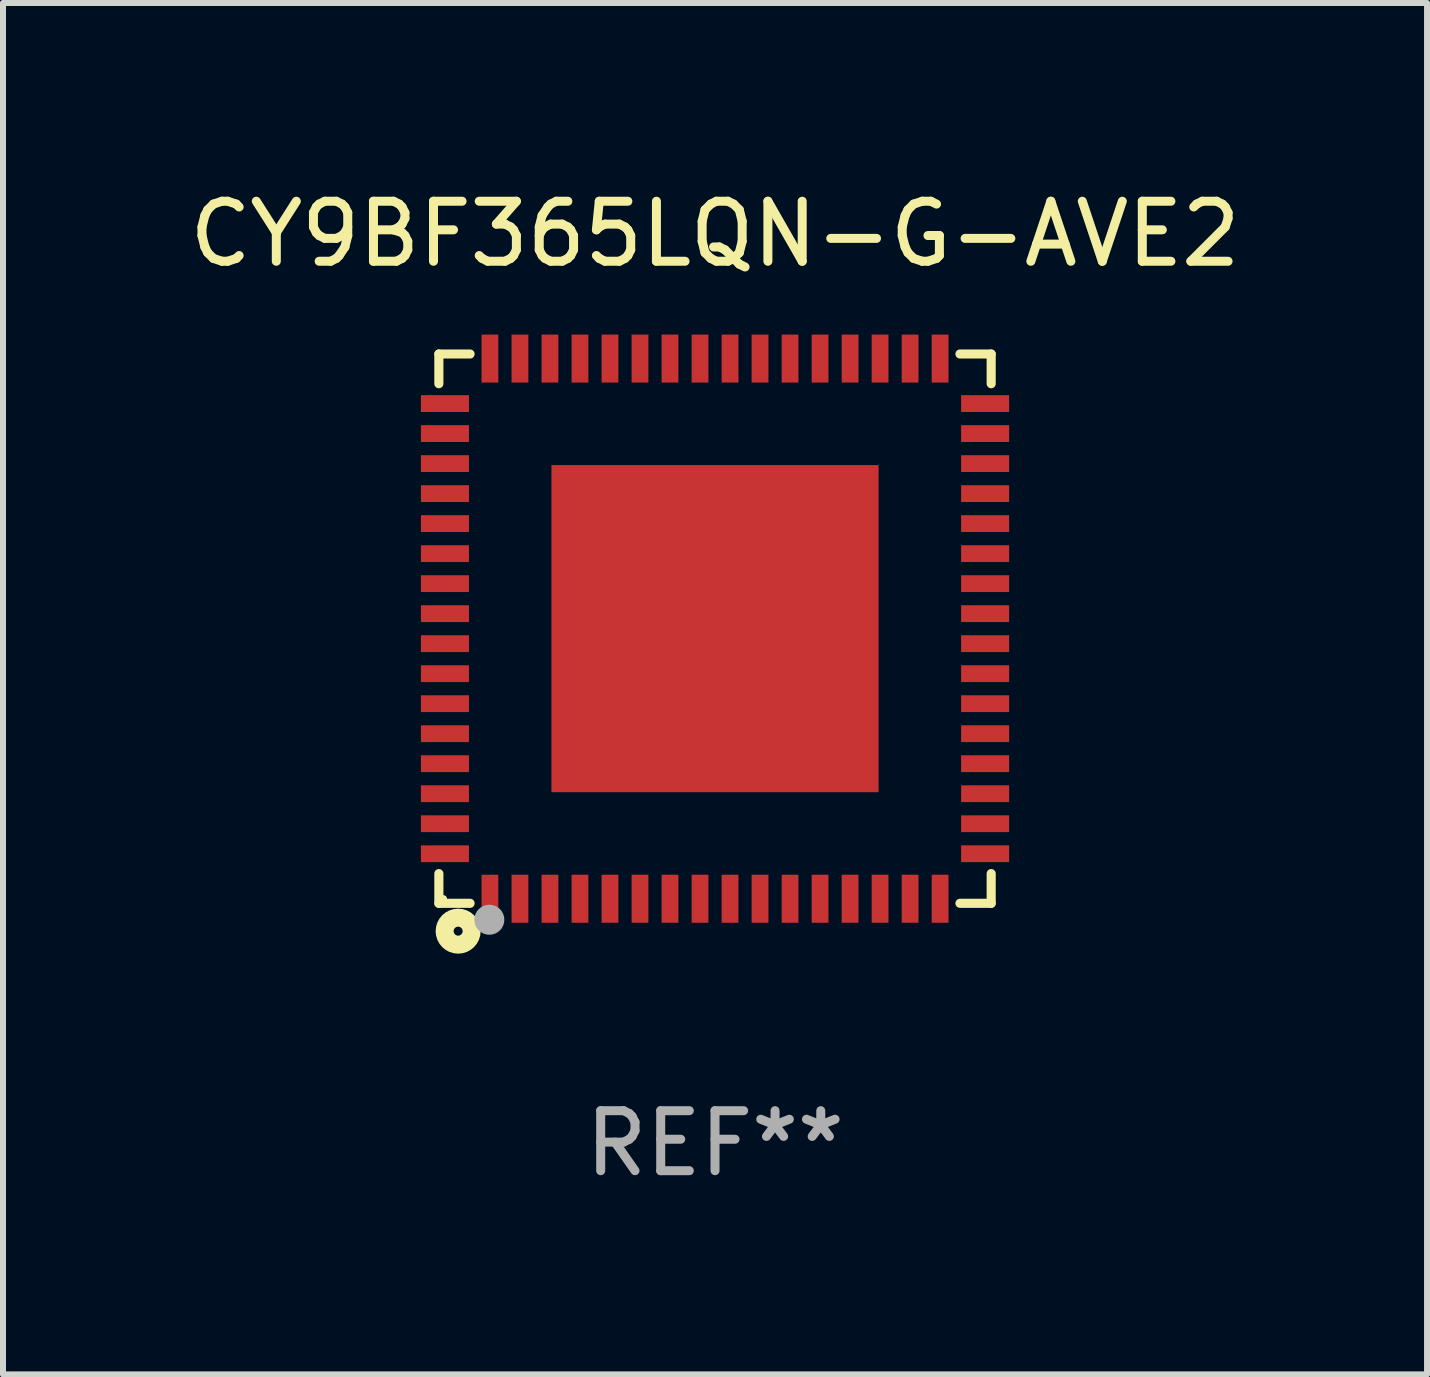
<source format=kicad_pcb>
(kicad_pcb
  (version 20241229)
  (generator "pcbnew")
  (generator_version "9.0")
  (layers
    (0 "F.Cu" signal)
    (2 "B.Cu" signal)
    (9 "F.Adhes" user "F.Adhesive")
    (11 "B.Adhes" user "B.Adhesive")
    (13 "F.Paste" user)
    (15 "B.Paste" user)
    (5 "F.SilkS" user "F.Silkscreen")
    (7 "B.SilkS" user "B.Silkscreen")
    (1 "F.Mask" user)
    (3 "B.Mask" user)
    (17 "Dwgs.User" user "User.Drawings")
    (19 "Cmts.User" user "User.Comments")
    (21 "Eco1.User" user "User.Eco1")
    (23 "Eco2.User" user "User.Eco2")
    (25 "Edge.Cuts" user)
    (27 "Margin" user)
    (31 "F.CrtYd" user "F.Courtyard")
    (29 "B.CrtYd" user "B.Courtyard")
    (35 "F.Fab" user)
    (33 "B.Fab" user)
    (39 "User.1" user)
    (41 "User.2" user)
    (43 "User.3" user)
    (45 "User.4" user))
  (footprint "CY9BF365LQN-G-AVE2"
    (layer "F.Cu")
    (at 8.863 7.424)
    (property "Reference" "CY9BF365LQN-G-AVE2" (at 0 -6.576 0) (layer "F.SilkS") (effects (font (size 1 1) (thickness 0.15))))
    (attr through_hole)
    (fp_line (start -4.601 -4.576) (end -4.081 -4.576) (stroke (width 0.152) (type solid)) (layer "F.SilkS"))
    (fp_line (start -4.601 -4.081) (end -4.601 -4.576) (stroke (width 0.152) (type solid)) (layer "F.SilkS"))
    (fp_line (start -4.601 4.081) (end -4.601 4.576) (stroke (width 0.152) (type solid)) (layer "F.SilkS"))
    (fp_line (start -4.601 4.576) (end -4.081 4.576) (stroke (width 0.152) (type solid)) (layer "F.SilkS"))
    (fp_line (start 4.601 -4.576) (end 4.081 -4.576) (stroke (width 0.152) (type solid)) (layer "F.SilkS"))
    (fp_line (start 4.601 -4.081) (end 4.601 -4.576) (stroke (width 0.152) (type solid)) (layer "F.SilkS"))
    (fp_line (start 4.601 4.081) (end 4.601 4.576) (stroke (width 0.152) (type solid)) (layer "F.SilkS"))
    (fp_line (start 4.601 4.576) (end 4.081 4.576) (stroke (width 0.152) (type solid)) (layer "F.SilkS"))
    (fp_circle (center -4.525 4.5) (end -4.495 4.5) (stroke (width 0.06) (type solid)) (fill no) (layer "F.SilkS"))
    (fp_circle (center -4.28 5.04) (end -4.205 5.04) (stroke (width 0.3) (type solid)) (fill no) (layer "F.SilkS"))
    (fp_circle (center -3.76 4.85) (end -3.635 4.85) (stroke (width 0.25) (type solid)) (fill no) (layer "F.Fab"))
    (fp_text user "REF**" (at 0 8.576 0) (layer "F.Fab") (effects (font (size 1 1) (thickness 0.15))))
    (pad "1" smd rect (at -3.75 4.5) (size 0.28 0.8) (layers "F.Cu" "F.Mask" "F.Paste"))
    (pad "2" smd rect (at -3.25 4.5) (size 0.28 0.8) (layers "F.Cu" "F.Mask" "F.Paste"))
    (pad "3" smd rect (at -2.75 4.5) (size 0.28 0.8) (layers "F.Cu" "F.Mask" "F.Paste"))
    (pad "4" smd rect (at -2.25 4.5) (size 0.28 0.8) (layers "F.Cu" "F.Mask" "F.Paste"))
    (pad "5" smd rect (at -1.75 4.5) (size 0.28 0.8) (layers "F.Cu" "F.Mask" "F.Paste"))
    (pad "6" smd rect (at -1.25 4.5) (size 0.28 0.8) (layers "F.Cu" "F.Mask" "F.Paste"))
    (pad "7" smd rect (at -0.75 4.5) (size 0.28 0.8) (layers "F.Cu" "F.Mask" "F.Paste"))
    (pad "8" smd rect (at -0.25 4.5) (size 0.28 0.8) (layers "F.Cu" "F.Mask" "F.Paste"))
    (pad "9" smd rect (at 0.25 4.5) (size 0.28 0.8) (layers "F.Cu" "F.Mask" "F.Paste"))
    (pad "10" smd rect (at 0.75 4.5) (size 0.28 0.8) (layers "F.Cu" "F.Mask" "F.Paste"))
    (pad "11" smd rect (at 1.25 4.5) (size 0.28 0.8) (layers "F.Cu" "F.Mask" "F.Paste"))
    (pad "12" smd rect (at 1.75 4.5) (size 0.28 0.8) (layers "F.Cu" "F.Mask" "F.Paste"))
    (pad "13" smd rect (at 2.25 4.5) (size 0.28 0.8) (layers "F.Cu" "F.Mask" "F.Paste"))
    (pad "14" smd rect (at 2.75 4.5) (size 0.28 0.8) (layers "F.Cu" "F.Mask" "F.Paste"))
    (pad "15" smd rect (at 3.25 4.5) (size 0.28 0.8) (layers "F.Cu" "F.Mask" "F.Paste"))
    (pad "16" smd rect (at 3.75 4.5) (size 0.28 0.8) (layers "F.Cu" "F.Mask" "F.Paste"))
    (pad "17" smd rect (at 4.5 3.75) (size 0.8 0.28) (layers "F.Cu" "F.Mask" "F.Paste"))
    (pad "18" smd rect (at 4.5 3.25) (size 0.8 0.28) (layers "F.Cu" "F.Mask" "F.Paste"))
    (pad "19" smd rect (at 4.5 2.75) (size 0.8 0.28) (layers "F.Cu" "F.Mask" "F.Paste"))
    (pad "20" smd rect (at 4.5 2.25) (size 0.8 0.28) (layers "F.Cu" "F.Mask" "F.Paste"))
    (pad "21" smd rect (at 4.5 1.75) (size 0.8 0.28) (layers "F.Cu" "F.Mask" "F.Paste"))
    (pad "22" smd rect (at 4.5 1.25) (size 0.8 0.28) (layers "F.Cu" "F.Mask" "F.Paste"))
    (pad "23" smd rect (at 4.5 0.75) (size 0.8 0.28) (layers "F.Cu" "F.Mask" "F.Paste"))
    (pad "24" smd rect (at 4.5 0.25) (size 0.8 0.28) (layers "F.Cu" "F.Mask" "F.Paste"))
    (pad "25" smd rect (at 4.5 -0.25) (size 0.8 0.28) (layers "F.Cu" "F.Mask" "F.Paste"))
    (pad "26" smd rect (at 4.5 -0.75) (size 0.8 0.28) (layers "F.Cu" "F.Mask" "F.Paste"))
    (pad "27" smd rect (at 4.5 -1.25) (size 0.8 0.28) (layers "F.Cu" "F.Mask" "F.Paste"))
    (pad "28" smd rect (at 4.5 -1.75) (size 0.8 0.28) (layers "F.Cu" "F.Mask" "F.Paste"))
    (pad "29" smd rect (at 4.5 -2.25) (size 0.8 0.28) (layers "F.Cu" "F.Mask" "F.Paste"))
    (pad "30" smd rect (at 4.5 -2.75) (size 0.8 0.28) (layers "F.Cu" "F.Mask" "F.Paste"))
    (pad "31" smd rect (at 4.5 -3.25) (size 0.8 0.28) (layers "F.Cu" "F.Mask" "F.Paste"))
    (pad "32" smd rect (at 4.5 -3.75) (size 0.8 0.28) (layers "F.Cu" "F.Mask" "F.Paste"))
    (pad "33" smd rect (at 3.75 -4.5) (size 0.28 0.8) (layers "F.Cu" "F.Mask" "F.Paste"))
    (pad "34" smd rect (at 3.25 -4.5) (size 0.28 0.8) (layers "F.Cu" "F.Mask" "F.Paste"))
    (pad "35" smd rect (at 2.75 -4.5) (size 0.28 0.8) (layers "F.Cu" "F.Mask" "F.Paste"))
    (pad "36" smd rect (at 2.25 -4.5) (size 0.28 0.8) (layers "F.Cu" "F.Mask" "F.Paste"))
    (pad "37" smd rect (at 1.75 -4.5) (size 0.28 0.8) (layers "F.Cu" "F.Mask" "F.Paste"))
    (pad "38" smd rect (at 1.25 -4.5) (size 0.28 0.8) (layers "F.Cu" "F.Mask" "F.Paste"))
    (pad "39" smd rect (at 0.75 -4.5) (size 0.28 0.8) (layers "F.Cu" "F.Mask" "F.Paste"))
    (pad "40" smd rect (at 0.25 -4.5) (size 0.28 0.8) (layers "F.Cu" "F.Mask" "F.Paste"))
    (pad "41" smd rect (at -0.25 -4.5) (size 0.28 0.8) (layers "F.Cu" "F.Mask" "F.Paste"))
    (pad "42" smd rect (at -0.75 -4.5) (size 0.28 0.8) (layers "F.Cu" "F.Mask" "F.Paste"))
    (pad "43" smd rect (at -1.25 -4.5) (size 0.28 0.8) (layers "F.Cu" "F.Mask" "F.Paste"))
    (pad "44" smd rect (at -1.75 -4.5) (size 0.28 0.8) (layers "F.Cu" "F.Mask" "F.Paste"))
    (pad "45" smd rect (at -2.25 -4.5) (size 0.28 0.8) (layers "F.Cu" "F.Mask" "F.Paste"))
    (pad "46" smd rect (at -2.75 -4.5) (size 0.28 0.8) (layers "F.Cu" "F.Mask" "F.Paste"))
    (pad "47" smd rect (at -3.25 -4.5) (size 0.28 0.8) (layers "F.Cu" "F.Mask" "F.Paste"))
    (pad "48" smd rect (at -3.75 -4.5) (size 0.28 0.8) (layers "F.Cu" "F.Mask" "F.Paste"))
    (pad "49" smd rect (at -4.5 -3.75) (size 0.8 0.28) (layers "F.Cu" "F.Mask" "F.Paste"))
    (pad "50" smd rect (at -4.5 -3.25) (size 0.8 0.28) (layers "F.Cu" "F.Mask" "F.Paste"))
    (pad "51" smd rect (at -4.5 -2.75) (size 0.8 0.28) (layers "F.Cu" "F.Mask" "F.Paste"))
    (pad "52" smd rect (at -4.5 -2.25) (size 0.8 0.28) (layers "F.Cu" "F.Mask" "F.Paste"))
    (pad "53" smd rect (at -4.5 -1.75) (size 0.8 0.28) (layers "F.Cu" "F.Mask" "F.Paste"))
    (pad "54" smd rect (at -4.5 -1.25) (size 0.8 0.28) (layers "F.Cu" "F.Mask" "F.Paste"))
    (pad "55" smd rect (at -4.5 -0.75) (size 0.8 0.28) (layers "F.Cu" "F.Mask" "F.Paste"))
    (pad "56" smd rect (at -4.5 -0.25) (size 0.8 0.28) (layers "F.Cu" "F.Mask" "F.Paste"))
    (pad "57" smd rect (at -4.5 0.25) (size 0.8 0.28) (layers "F.Cu" "F.Mask" "F.Paste"))
    (pad "58" smd rect (at -4.5 0.75) (size 0.8 0.28) (layers "F.Cu" "F.Mask" "F.Paste"))
    (pad "59" smd rect (at -4.5 1.25) (size 0.8 0.28) (layers "F.Cu" "F.Mask" "F.Paste"))
    (pad "60" smd rect (at -4.5 1.75) (size 0.8 0.28) (layers "F.Cu" "F.Mask" "F.Paste"))
    (pad "61" smd rect (at -4.5 2.25) (size 0.8 0.28) (layers "F.Cu" "F.Mask" "F.Paste"))
    (pad "62" smd rect (at -4.5 2.75) (size 0.8 0.28) (layers "F.Cu" "F.Mask" "F.Paste"))
    (pad "63" smd rect (at -4.5 3.25) (size 0.8 0.28) (layers "F.Cu" "F.Mask" "F.Paste"))
    (pad "64" smd rect (at -4.5 3.75) (size 0.8 0.28) (layers "F.Cu" "F.Mask" "F.Paste"))
    (pad "65" smd rect (at 0 0) (size 5.45 5.45) (layers "F.Cu" "F.Mask" "F.Paste")))
  (gr_rect
    (start -3 -3)
    (end 20.726 19.849)
    (stroke (width 0.1) (type default))
    (fill no)
    (layer "Edge.Cuts")))
</source>
